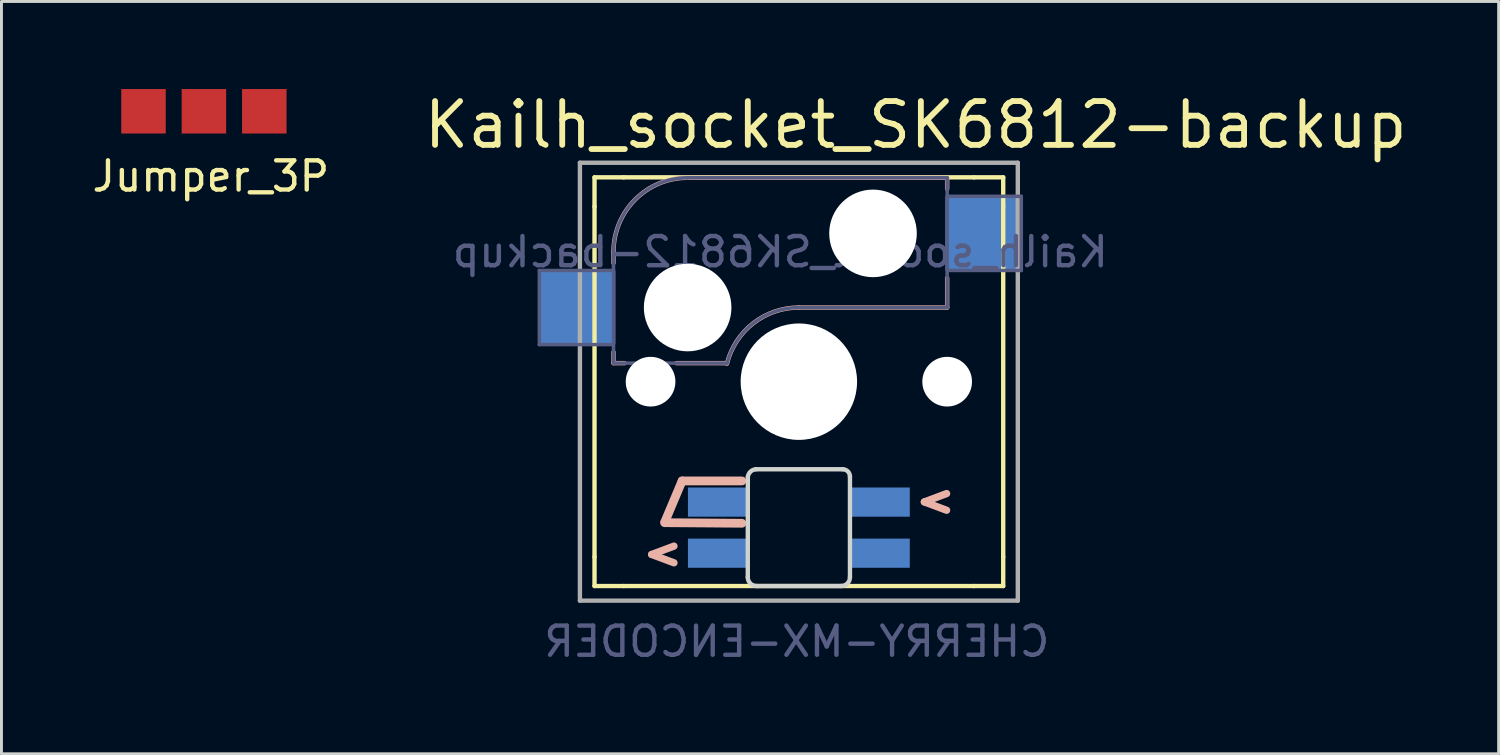
<source format=kicad_pcb>
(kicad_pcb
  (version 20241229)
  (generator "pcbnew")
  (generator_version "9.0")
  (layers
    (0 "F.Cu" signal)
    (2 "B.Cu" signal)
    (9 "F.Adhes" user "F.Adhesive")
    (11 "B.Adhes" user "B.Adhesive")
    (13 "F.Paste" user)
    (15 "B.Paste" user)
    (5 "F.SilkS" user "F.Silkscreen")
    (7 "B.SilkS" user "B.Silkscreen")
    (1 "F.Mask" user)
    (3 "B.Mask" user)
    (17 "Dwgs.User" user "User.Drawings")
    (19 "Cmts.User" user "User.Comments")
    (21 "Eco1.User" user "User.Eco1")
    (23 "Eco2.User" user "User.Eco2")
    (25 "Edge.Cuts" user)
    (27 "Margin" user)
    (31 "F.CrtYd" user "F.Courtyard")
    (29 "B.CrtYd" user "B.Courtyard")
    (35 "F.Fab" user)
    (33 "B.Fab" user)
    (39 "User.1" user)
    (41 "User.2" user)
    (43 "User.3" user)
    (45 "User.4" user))
  (footprint "Kailh_socket_SK6812-backup"
    (layer "F.Cu")
    (at 24.316 10.025)
    (property "Reference" "Kailh_socket_SK6812-backup" (at 4.001 -8.796 180) (layer "F.SilkS") (effects (font (size 1.5 1.5) (thickness 0.2))))
    (property "Value" "CHERRY-MX-ENCODER" (at 0.2 10.9 180) (layer "F.Fab") (hide yes) (effects (font (size 1.27 1.27) (thickness 0.15))))
    (attr smd)
    (fp_line (start -7 -6) (end -7 -7) (stroke (width 0.15) (type solid)) (layer "F.SilkS"))
    (fp_line (start -7 -6) (end -7 6) (stroke (width 0.15) (type solid)) (layer "F.SilkS"))
    (fp_line (start -7 7) (end -7 6) (stroke (width 0.15) (type solid)) (layer "F.SilkS"))
    (fp_line (start -7 7) (end -6 7) (stroke (width 0.15) (type solid)) (layer "F.SilkS"))
    (fp_line (start -6 -7) (end -7 -7) (stroke (width 0.15) (type solid)) (layer "F.SilkS"))
    (fp_line (start -6 7) (end 6 7) (stroke (width 0.15) (type solid)) (layer "F.SilkS"))
    (fp_line (start 6 -7) (end -6 -7) (stroke (width 0.15) (type solid)) (layer "F.SilkS"))
    (fp_line (start 6 7) (end 7 7) (stroke (width 0.15) (type solid)) (layer "F.SilkS"))
    (fp_line (start 7 -7) (end 6 -7) (stroke (width 0.15) (type solid)) (layer "F.SilkS"))
    (fp_line (start 7 -7) (end 7 -6) (stroke (width 0.15) (type solid)) (layer "F.SilkS"))
    (fp_line (start 7 6) (end 7 -6) (stroke (width 0.15) (type solid)) (layer "F.SilkS"))
    (fp_line (start 7 6) (end 7 7) (stroke (width 0.15) (type solid)) (layer "F.SilkS"))
    (fp_line (start -6.35 -4.445) (end -6.35 -4.064) (stroke (width 0.15) (type solid)) (layer "B.SilkS"))
    (fp_line (start -6.35 -1.016) (end -6.35 -0.635) (stroke (width 0.15) (type solid)) (layer "B.SilkS"))
    (fp_line (start -5.969 -0.635) (end -6.35 -0.635) (stroke (width 0.15) (type solid)) (layer "B.SilkS"))
    (fp_line (start -4.59 4.8) (end -4 3.4) (stroke (width 0.3) (type solid)) (layer "B.SilkS"))
    (fp_line (start -4 3.4) (end -1.95 3.4) (stroke (width 0.3) (type solid)) (layer "B.SilkS"))
    (fp_line (start -3.81 -6.985) (end 5.08 -6.985) (stroke (width 0.15) (type solid)) (layer "B.SilkS"))
    (fp_line (start -2.464 -0.635) (end -4.191 -0.635) (stroke (width 0.15) (type solid)) (layer "B.SilkS"))
    (fp_line (start -1.95 4.85) (end -4.6 4.83) (stroke (width 0.3) (type solid)) (layer "B.SilkS"))
    (fp_line (start 5.08 -6.985) (end 5.08 -6.604) (stroke (width 0.15) (type solid)) (layer "B.SilkS"))
    (fp_line (start 5.08 -3.556) (end 5.08 -2.54) (stroke (width 0.15) (type solid)) (layer "B.SilkS"))
    (fp_line (start 5.08 -2.54) (end 0 -2.54) (stroke (width 0.15) (type solid)) (layer "B.SilkS"))
    (fp_arc (start -6.35 -4.445) (mid -5.606051 -6.241051) (end -3.81 -6.985) (stroke (width 0.15) (type solid)) (layer "B.SilkS"))
    (fp_arc (start -2.464162 -0.61604) (mid -1.563147 -2.002042) (end 0 -2.54) (stroke (width 0.15) (type solid)) (layer "B.SilkS"))
    (fp_line (start -6.9 6.9) (end -6.9 -6.9) (stroke (width 0.15) (type solid)) (layer "Eco2.User"))
    (fp_line (start -6.9 6.9) (end 6.9 6.9) (stroke (width 0.15) (type solid)) (layer "Eco2.User"))
    (fp_line (start 6.9 -6.9) (end -6.9 -6.9) (stroke (width 0.15) (type solid)) (layer "Eco2.User"))
    (fp_line (start 6.9 -6.9) (end 6.9 6.9) (stroke (width 0.15) (type solid)) (layer "Eco2.User"))
    (fp_line (start -1.748 3.26) (end -1.75 6.7) (stroke (width 0.15) (type solid)) (layer "Edge.Cuts"))
    (fp_line (start -1.45 7) (end 1.45 7) (stroke (width 0.15) (type solid)) (layer "Edge.Cuts"))
    (fp_line (start 1.5 3) (end -1.47 3) (stroke (width 0.15) (type solid)) (layer "Edge.Cuts"))
    (fp_line (start 1.75 6.7) (end 1.75 3.25) (stroke (width 0.15) (type solid)) (layer "Edge.Cuts"))
    (fp_arc (start -1.748034 3.260308) (mid -1.655491 3.080516) (end -1.47 3) (stroke (width 0.15) (type solid)) (layer "Edge.Cuts"))
    (fp_arc (start -1.45 7) (mid -1.662132 6.912132) (end -1.75 6.7) (stroke (width 0.15) (type solid)) (layer "Edge.Cuts"))
    (fp_arc (start 1.5 3) (mid 1.676777 3.073223) (end 1.75 3.25) (stroke (width 0.15) (type solid)) (layer "Edge.Cuts"))
    (fp_arc (start 1.75 6.7) (mid 1.662132 6.912132) (end 1.45 7) (stroke (width 0.15) (type solid)) (layer "Edge.Cuts"))
    (fp_line (start -8.89 -3.81) (end -6.35 -3.81) (stroke (width 0.12) (type solid)) (layer "B.Fab"))
    (fp_line (start -8.89 -1.27) (end -8.89 -3.81) (stroke (width 0.12) (type solid)) (layer "B.Fab"))
    (fp_line (start -6.35 -1.27) (end -8.89 -1.27) (stroke (width 0.12) (type solid)) (layer "B.Fab"))
    (fp_line (start -6.35 -0.635) (end -6.35 -4.445) (stroke (width 0.12) (type solid)) (layer "B.Fab"))
    (fp_line (start -6.35 -0.635) (end -2.54 -0.635) (stroke (width 0.12) (type solid)) (layer "B.Fab"))
    (fp_line (start -3.81 -6.985) (end 5.08 -6.985) (stroke (width 0.12) (type solid)) (layer "B.Fab"))
    (fp_line (start 5.08 -6.985) (end 5.08 -2.54) (stroke (width 0.12) (type solid)) (layer "B.Fab"))
    (fp_line (start 5.08 -6.35) (end 7.62 -6.35) (stroke (width 0.12) (type solid)) (layer "B.Fab"))
    (fp_line (start 5.08 -2.54) (end 0 -2.54) (stroke (width 0.12) (type solid)) (layer "B.Fab"))
    (fp_line (start 7.62 -6.35) (end 7.62 -3.81) (stroke (width 0.12) (type solid)) (layer "B.Fab"))
    (fp_line (start 7.62 -3.81) (end 5.08 -3.81) (stroke (width 0.12) (type solid)) (layer "B.Fab"))
    (fp_arc (start -6.35 -4.445) (mid -5.606051 -6.241051) (end -3.81 -6.985) (stroke (width 0.12) (type solid)) (layer "B.Fab"))
    (fp_arc (start -2.464162 -0.61604) (mid -1.563147 -2.002042) (end 0 -2.54) (stroke (width 0.12) (type solid)) (layer "B.Fab"))
    (fp_line (start -7.5 -7.5) (end 7.5 -7.5) (stroke (width 0.15) (type solid)) (layer "F.Fab"))
    (fp_line (start -7.5 7.5) (end -7.5 -7.5) (stroke (width 0.15) (type solid)) (layer "F.Fab"))
    (fp_line (start 7.5 -7.5) (end 7.5 7.5) (stroke (width 0.15) (type solid)) (layer "F.Fab"))
    (fp_line (start 7.5 7.5) (end -7.5 7.5) (stroke (width 0.15) (type solid)) (layer "F.Fab"))
    (fp_text user ">" (at 4.68 4.05 0) (layer "B.SilkS") (effects (font (size 1 1) (thickness 0.25)) (justify mirror)))
    (fp_text user ">" (at -4.66 5.85 0) (layer "B.SilkS") (effects (font (size 1 1) (thickness 0.25)) (justify mirror)))
    (fp_text user "${VALUE}" (at -0.07 8.9 0) (layer "B.Fab") (effects (font (size 1 1) (thickness 0.15)) (justify mirror)))
    (fp_text user "${REFERENCE}" (at -0.635 -4.445 0) (layer "B.Fab") (effects (font (size 1 1) (thickness 0.15)) (justify mirror)))
    (pad "" np_thru_hole circle (at -5.08 0) (size 1.702 1.702) (drill 1.702) (layers "*.Cu" "*.Mask"))
    (pad "" np_thru_hole circle (at -3.81 -2.54) (size 3 3) (drill 3) (layers "*.Cu" "*.Mask"))
    (pad "" np_thru_hole circle (at 0 0) (size 3.988 3.988) (drill 3.988) (layers "*.Cu" "*.Mask"))
    (pad "" np_thru_hole circle (at 2.54 -5.08) (size 3 3) (drill 3) (layers "*.Cu" "*.Mask"))
    (pad "" np_thru_hole circle (at 5.08 0) (size 1.702 1.702) (drill 1.702) (layers "*.Cu" "*.Mask"))
    (pad "1" smd rect (at 2.8 5.875) (size 2 1) (layers "B.Cu" "B.Mask" "B.Paste"))
    (pad "2" smd rect (at 2.8 4.125) (size 2 1) (layers "B.Cu" "B.Mask" "B.Paste"))
    (pad "3" smd rect (at -2.8 4.125) (size 2 1) (layers "B.Cu" "B.Mask" "B.Paste"))
    (pad "4" smd rect (at -2.8 5.875) (size 2 1) (layers "B.Cu" "B.Mask" "B.Paste"))
    (pad "S1" smd rect (at -7.56 -2.54) (size 2.55 2.5) (layers "B.Cu" "B.Mask" "B.Paste"))
    (pad "S2" smd rect (at 6.29 -5.08) (size 2.55 2.5) (layers "B.Cu" "B.Mask" "B.Paste")))
  (footprint "Jumper_3P"
    (layer "F.Cu")
    (at 3.936 0.754)
    (property "Reference" "Jumper_3P" (at 0.236 2.233 0) (layer "F.SilkS") (effects (font (size 1 1) (thickness 0.15))))
    (attr through_hole)
    (pad "1" smd rect (at -2.07 0.008) (size 1.524 1.524) (layers "F.Cu" "F.Mask" "F.Paste"))
    (pad "2" smd rect (at -0.001 0.008) (size 1.524 1.524) (layers "F.Cu" "F.Mask" "F.Paste"))
    (pad "3" smd rect (at 2.068 0.008) (size 1.524 1.524) (layers "F.Cu" "F.Mask" "F.Paste")))
  (gr_rect
    (start -3 -3)
    (end 48.288 22.773)
    (stroke (width 0.1) (type default))
    (fill no)
    (layer "Edge.Cuts")))
</source>
